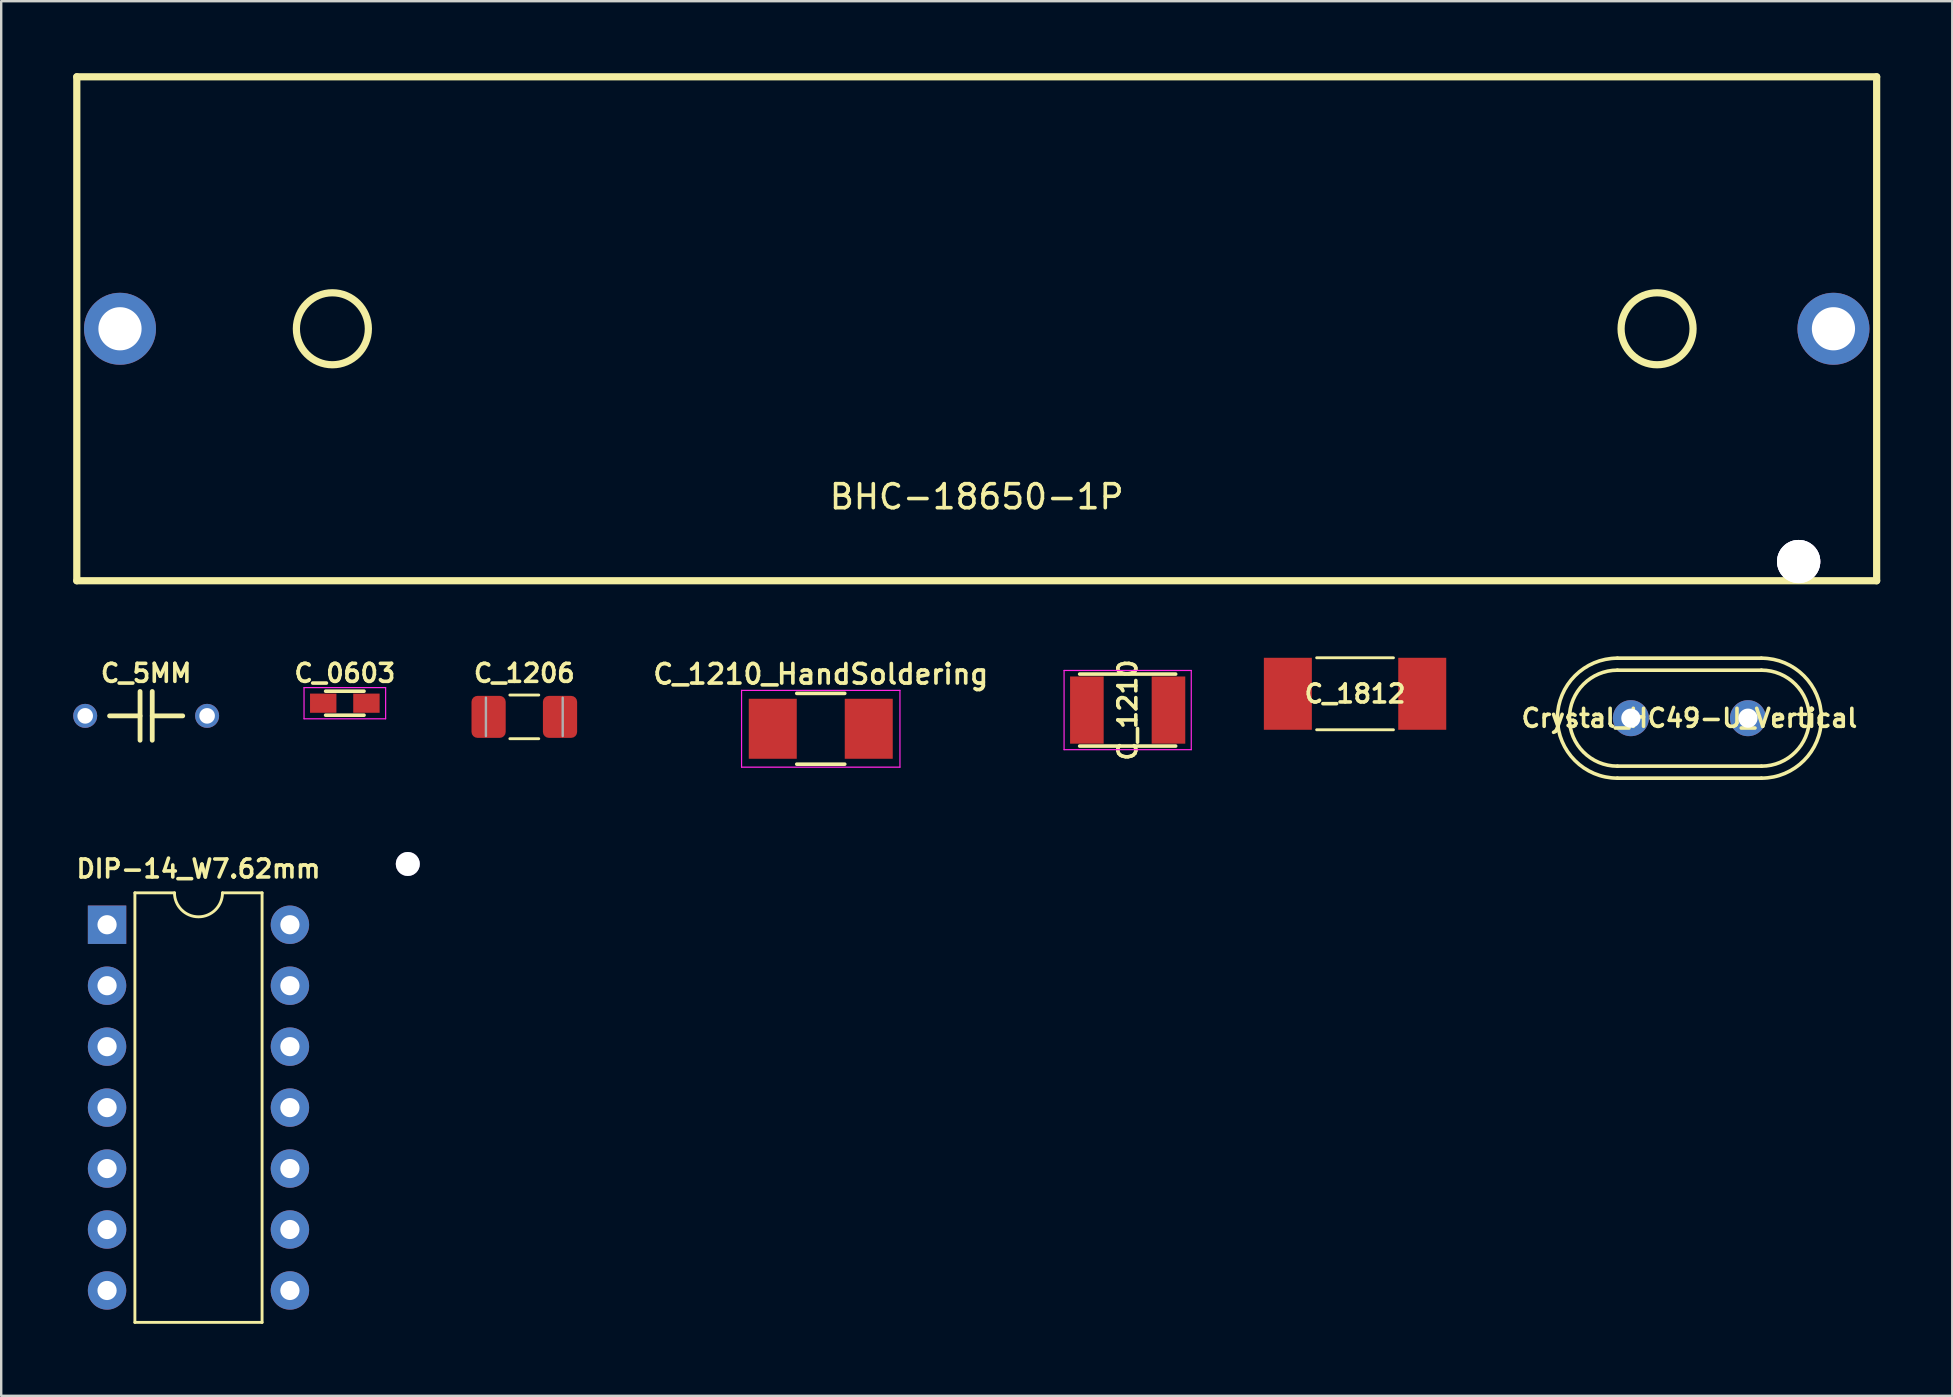
<source format=kicad_pcb>
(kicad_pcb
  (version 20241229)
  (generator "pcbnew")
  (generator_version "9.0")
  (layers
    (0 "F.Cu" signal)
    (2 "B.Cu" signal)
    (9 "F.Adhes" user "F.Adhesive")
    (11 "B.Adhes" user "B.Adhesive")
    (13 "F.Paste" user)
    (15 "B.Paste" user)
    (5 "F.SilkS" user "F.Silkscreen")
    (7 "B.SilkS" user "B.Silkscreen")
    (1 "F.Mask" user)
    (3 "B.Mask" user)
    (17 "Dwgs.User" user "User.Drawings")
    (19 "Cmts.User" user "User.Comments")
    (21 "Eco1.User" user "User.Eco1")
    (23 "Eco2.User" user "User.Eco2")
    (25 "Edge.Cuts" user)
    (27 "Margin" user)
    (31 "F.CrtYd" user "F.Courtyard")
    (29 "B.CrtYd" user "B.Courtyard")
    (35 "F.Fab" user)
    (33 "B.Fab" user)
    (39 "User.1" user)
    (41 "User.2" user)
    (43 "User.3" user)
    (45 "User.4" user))
  (footprint "C_1210"
    (layer "F.Cu")
    (at 43.94 26.539)
    (property "Reference" "C_1210" (at 0 0 90) (layer "F.SilkS") (effects (font (size 0.75 0.75) (thickness 0.15))))
    (attr smd)
    (fp_line (start -2 1.5) (end 2 1.5) (stroke (width 0.15) (type solid)) (layer "F.SilkS"))
    (fp_line (start 2 -1.5) (end -2 -1.5) (stroke (width 0.15) (type solid)) (layer "F.SilkS"))
    (fp_line (start -2.65 -1.65) (end -2.65 1.65) (stroke (width 0.05) (type solid)) (layer "F.CrtYd"))
    (fp_line (start -2.65 -1.65) (end 2.65 -1.65) (stroke (width 0.05) (type solid)) (layer "F.CrtYd"))
    (fp_line (start -2.65 1.65) (end 2.65 1.65) (stroke (width 0.05) (type solid)) (layer "F.CrtYd"))
    (fp_line (start 2.65 -1.65) (end 2.65 1.65) (stroke (width 0.05) (type solid)) (layer "F.CrtYd"))
    (pad "1" smd rect (at -1.7 0) (size 1.4 2.8) (layers "F.Cu" "F.Mask" "F.Paste"))
    (pad "2" smd rect (at 1.7 0) (size 1.4 2.8) (layers "F.Cu" "F.Mask" "F.Paste")))
  (footprint "C_0603"
    (layer "F.Cu")
    (at 11.319 26.252)
    (property "Reference" "C_0603" (at 0 -1.25 0) (layer "F.SilkS") (effects (font (size 0.75 0.75) (thickness 0.15))))
    (attr smd)
    (fp_line (start -0.8 -0.5) (end 0.8 -0.5) (stroke (width 0.15) (type solid)) (layer "F.SilkS"))
    (fp_line (start 0.8 0.5) (end -0.8 0.5) (stroke (width 0.15) (type solid)) (layer "F.SilkS"))
    (fp_line (start -1.7 -0.65) (end -1.7 0.65) (stroke (width 0.05) (type solid)) (layer "F.CrtYd"))
    (fp_line (start -1.7 -0.65) (end 1.7 -0.65) (stroke (width 0.05) (type solid)) (layer "F.CrtYd"))
    (fp_line (start -1.7 0.65) (end 1.7 0.65) (stroke (width 0.05) (type solid)) (layer "F.CrtYd"))
    (fp_line (start 1.7 -0.65) (end 1.7 0.65) (stroke (width 0.05) (type solid)) (layer "F.CrtYd"))
    (pad "1" smd rect (at -0.9 0) (size 1.1 0.8) (layers "F.Cu" "F.Mask" "F.Paste"))
    (pad "2" smd rect (at 0.9 0) (size 1.1 0.8) (layers "F.Cu" "F.Mask" "F.Paste")))
  (footprint "C_1210_HandSoldering"
    (layer "F.Cu")
    (at 31.151 27.318)
    (property "Reference" "C_1210_HandSoldering" (at 0 -2.275 0) (layer "F.SilkS") (effects (font (size 0.813 0.813) (thickness 0.152))))
    (attr smd)
    (fp_line (start -1 1.475) (end 1 1.475) (stroke (width 0.15) (type solid)) (layer "F.SilkS"))
    (fp_line (start 1 -1.475) (end -1 -1.475) (stroke (width 0.15) (type solid)) (layer "F.SilkS"))
    (fp_line (start -3.3 -1.6) (end -3.3 1.6) (stroke (width 0.05) (type solid)) (layer "F.CrtYd"))
    (fp_line (start -3.3 -1.6) (end 3.3 -1.6) (stroke (width 0.05) (type solid)) (layer "F.CrtYd"))
    (fp_line (start -3.3 1.6) (end 3.3 1.6) (stroke (width 0.05) (type solid)) (layer "F.CrtYd"))
    (fp_line (start 3.3 -1.6) (end 3.3 1.6) (stroke (width 0.05) (type solid)) (layer "F.CrtYd"))
    (pad "1" smd rect (at -2 0) (size 2 2.5) (layers "F.Cu" "F.Mask" "F.Paste"))
    (pad "2" smd rect (at 2 0) (size 2 2.5) (layers "F.Cu" "F.Mask" "F.Paste")))
  (footprint "C_5MM"
    (layer "F.Cu")
    (at 3.04 26.78)
    (property "Reference" "C_5MM" (at 0 -1.778 0) (layer "F.SilkS") (effects (font (size 0.75 0.75) (thickness 0.15))))
    (attr through_hole)
    (fp_line (start -0.254 -1.016) (end -0.254 1.016) (stroke (width 0.2) (type solid)) (layer "F.SilkS"))
    (fp_line (start -0.254 0) (end -1.524 0) (stroke (width 0.2) (type solid)) (layer "F.SilkS"))
    (fp_line (start 0.254 -1.016) (end 0.254 1.016) (stroke (width 0.2) (type solid)) (layer "F.SilkS"))
    (fp_line (start 0.254 0) (end 1.524 0) (stroke (width 0.2) (type solid)) (layer "F.SilkS"))
    (pad "1" thru_hole circle (at -2.54 0) (size 1 1) (drill 0.65) (layers "*.Cu" "*.Mask"))
    (pad "2" thru_hole circle (at 2.54 0) (size 1 1) (drill 0.65) (layers "*.Cu" "*.Mask")))
  (footprint "BHC-18650-1P"
    (layer "F.Cu")
    (at 37.65 10.65)
    (property "Reference" "BHC-18650-1P" (at 0 7 0) (layer "F.SilkS") (effects (font (size 1 1) (thickness 0.15))))
    (attr through_hole)
    (fp_line (start -37.5 -10.5) (end -37.5 10.5) (stroke (width 0.3) (type solid)) (layer "F.SilkS"))
    (fp_line (start -37.5 -10.5) (end 37.5 -10.5) (stroke (width 0.3) (type solid)) (layer "F.SilkS"))
    (fp_line (start -37.5 10.5) (end 37.5 10.5) (stroke (width 0.3) (type solid)) (layer "F.SilkS"))
    (fp_line (start 37.5 -10.5) (end 37.5 10.5) (stroke (width 0.3) (type solid)) (layer "F.SilkS"))
    (fp_circle (center -26.85 0) (end -28.35 0) (stroke (width 0.3) (type solid)) (fill no) (layer "F.SilkS"))
    (fp_circle (center 28.35 0) (end 26.85 0) (stroke (width 0.3) (type solid)) (fill no) (layer "F.SilkS"))
    (pad "" thru_hole circle (at 34.25 9.7) (size 1.8 1.8) (drill 1.8) (layers "*.Cu" "*.Mask"))
    (pad "" thru_hole circle (at 34.25 9.7) (size 1.8 1.8) (drill 1.8) (layers "*.Cu" "*.Mask"))
    (pad "1" thru_hole circle (at 35.7 0) (size 3 3) (drill 1.8) (layers "*.Cu" "*.Mask"))
    (pad "2" thru_hole circle (at -35.7 0) (size 3 3) (drill 1.8) (layers "*.Cu" "*.Mask")))
  (footprint "C_1206"
    (layer "F.Cu")
    (at 18.798 26.822)
    (property "Reference" "C_1206" (at 0 -1.82 0) (layer "F.SilkS") (effects (font (size 0.75 0.75) (thickness 0.15))))
    (attr smd)
    (fp_line (start -0.602 -0.91) (end 0.602 -0.91) (stroke (width 0.12) (type solid)) (layer "F.SilkS"))
    (fp_line (start -0.602 0.91) (end 0.602 0.91) (stroke (width 0.12) (type solid)) (layer "F.SilkS"))
    (fp_line (start -1.6 0.8) (end -1.6 -0.8) (stroke (width 0.1) (type solid)) (layer "F.Fab"))
    (fp_line (start 1.6 -0.8) (end 1.6 0.8) (stroke (width 0.1) (type solid)) (layer "F.Fab"))
    (pad "1" smd roundrect (at -1.488 0) (size 1.425 1.75) (layers "F.Cu" "F.Mask" "F.Paste") (roundrect_rratio 0.175))
    (pad "2" smd roundrect (at 1.488 0) (size 1.425 1.75) (layers "F.Cu" "F.Mask" "F.Paste") (roundrect_rratio 0.175)))
  (footprint "DIP-14_W7.62mm"
    (layer "F.Cu")
    (at 5.221 43.104)
    (property "Reference" "DIP-14_W7.62mm" (at 0 -9.95 0) (layer "F.SilkS") (effects (font (size 0.75 0.75) (thickness 0.15))))
    (attr through_hole)
    (fp_line (start -2.65 -8.95) (end -2.65 8.95) (stroke (width 0.12) (type solid)) (layer "F.SilkS"))
    (fp_line (start -2.65 8.95) (end 2.65 8.95) (stroke (width 0.12) (type solid)) (layer "F.SilkS"))
    (fp_line (start -1 -8.95) (end -2.65 -8.95) (stroke (width 0.12) (type solid)) (layer "F.SilkS"))
    (fp_line (start 2.65 -8.95) (end 1 -8.95) (stroke (width 0.12) (type solid)) (layer "F.SilkS"))
    (fp_line (start 2.65 8.95) (end 2.65 -8.95) (stroke (width 0.12) (type solid)) (layer "F.SilkS"))
    (fp_arc (start 1 -8.95) (mid 0 -7.95) (end -1 -8.95) (stroke (width 0.12) (type solid)) (layer "F.SilkS"))
    (pad "1" thru_hole rect (at -3.81 -7.62) (size 1.6 1.6) (drill 0.8) (layers "*.Cu" "*.Mask"))
    (pad "2" thru_hole oval (at -3.81 -5.08) (size 1.6 1.6) (drill 0.8) (layers "*.Cu" "*.Mask"))
    (pad "3" thru_hole oval (at -3.81 -2.54) (size 1.6 1.6) (drill 0.8) (layers "*.Cu" "*.Mask"))
    (pad "4" thru_hole oval (at -3.81 0) (size 1.6 1.6) (drill 0.8) (layers "*.Cu" "*.Mask"))
    (pad "5" thru_hole oval (at -3.81 2.54) (size 1.6 1.6) (drill 0.8) (layers "*.Cu" "*.Mask"))
    (pad "6" thru_hole oval (at -3.81 5.08) (size 1.6 1.6) (drill 0.8) (layers "*.Cu" "*.Mask"))
    (pad "7" thru_hole oval (at -3.81 7.62) (size 1.6 1.6) (drill 0.8) (layers "*.Cu" "*.Mask"))
    (pad "8" thru_hole oval (at 3.81 7.62) (size 1.6 1.6) (drill 0.8) (layers "*.Cu" "*.Mask"))
    (pad "9" thru_hole oval (at 3.81 5.08) (size 1.6 1.6) (drill 0.8) (layers "*.Cu" "*.Mask"))
    (pad "10" thru_hole oval (at 3.81 2.54) (size 1.6 1.6) (drill 0.8) (layers "*.Cu" "*.Mask"))
    (pad "11" thru_hole oval (at 3.81 0) (size 1.6 1.6) (drill 0.8) (layers "*.Cu" "*.Mask"))
    (pad "12" thru_hole oval (at 3.81 -2.54) (size 1.6 1.6) (drill 0.8) (layers "*.Cu" "*.Mask"))
    (pad "13" thru_hole oval (at 3.81 -5.08) (size 1.6 1.6) (drill 0.8) (layers "*.Cu" "*.Mask"))
    (pad "14" thru_hole oval (at 3.81 -7.62) (size 1.6 1.6) (drill 0.8) (layers "*.Cu" "*.Mask")))
  (footprint "Crystal_HC49-U_Vertical"
    (layer "F.Cu")
    (at 67.348 26.876)
    (property "Reference" "Crystal_HC49-U_Vertical" (at 0 0 0) (layer "F.SilkS") (effects (font (size 0.75 0.75) (thickness 0.15))))
    (attr through_hole)
    (fp_line (start -3 -2.5) (end 3 -2.5) (stroke (width 0.152) (type solid)) (layer "F.SilkS"))
    (fp_line (start -3 2) (end 3 2) (stroke (width 0.15) (type solid)) (layer "F.SilkS"))
    (fp_line (start 3 -2) (end -3 -2) (stroke (width 0.15) (type solid)) (layer "F.SilkS"))
    (fp_line (start 3 2.5) (end -3 2.5) (stroke (width 0.152) (type solid)) (layer "F.SilkS"))
    (fp_arc (start -3 2) (mid -5 0) (end -3 -2) (stroke (width 0.15) (type solid)) (layer "F.SilkS"))
    (fp_arc (start -3 2.5) (mid -5.5 0) (end -3 -2.5) (stroke (width 0.15) (type solid)) (layer "F.SilkS"))
    (fp_arc (start 3 -2.5) (mid 5.5 0) (end 3 2.5) (stroke (width 0.15) (type solid)) (layer "F.SilkS"))
    (fp_arc (start 3 -2) (mid 5 0) (end 3 2) (stroke (width 0.15) (type solid)) (layer "F.SilkS"))
    (pad "1" thru_hole circle (at -2.44 0) (size 1.501 1.501) (drill 0.8) (layers "*.Cu" "*.Mask"))
    (pad "2" thru_hole circle (at 2.44 0) (size 1.501 1.501) (drill 0.8) (layers "*.Cu" "*.Mask")))
  (footprint "HOLE_1MM"
    (layer "F.Cu")
    (at 13.943 32.952)
    (property "Reference" "HOLE_1MM" (at 0 0 0) (layer "F.SilkS") (effects (font (size 0.127 0.127) (thickness 0.011))))
    (attr through_hole)
    (pad "1" thru_hole circle (at 0 0) (size 1 1) (drill 1) (layers "*.Cu" "*.Mask")))
  (footprint "C_1812"
    (layer "F.Cu")
    (at 53.415 25.86)
    (property "Reference" "C_1812" (at 0 0 0) (layer "F.SilkS") (effects (font (size 0.75 0.75) (thickness 0.15))))
    (attr smd)
    (fp_line (start -1.6 1.5) (end 1.6 1.5) (stroke (width 0.12) (type solid)) (layer "F.SilkS"))
    (fp_line (start 1.6 -1.5) (end -1.6 -1.5) (stroke (width 0.12) (type solid)) (layer "F.SilkS"))
    (pad "1" smd rect (at -2.8 0) (size 2 3) (layers "F.Cu" "F.Mask" "F.Paste"))
    (pad "2" smd rect (at 2.8 0) (size 2 3) (layers "F.Cu" "F.Mask" "F.Paste")))
  (gr_rect
    (start -3 -3)
    (end 78.3 55.114)
    (stroke (width 0.1) (type default))
    (fill no)
    (layer "Edge.Cuts")))
</source>
